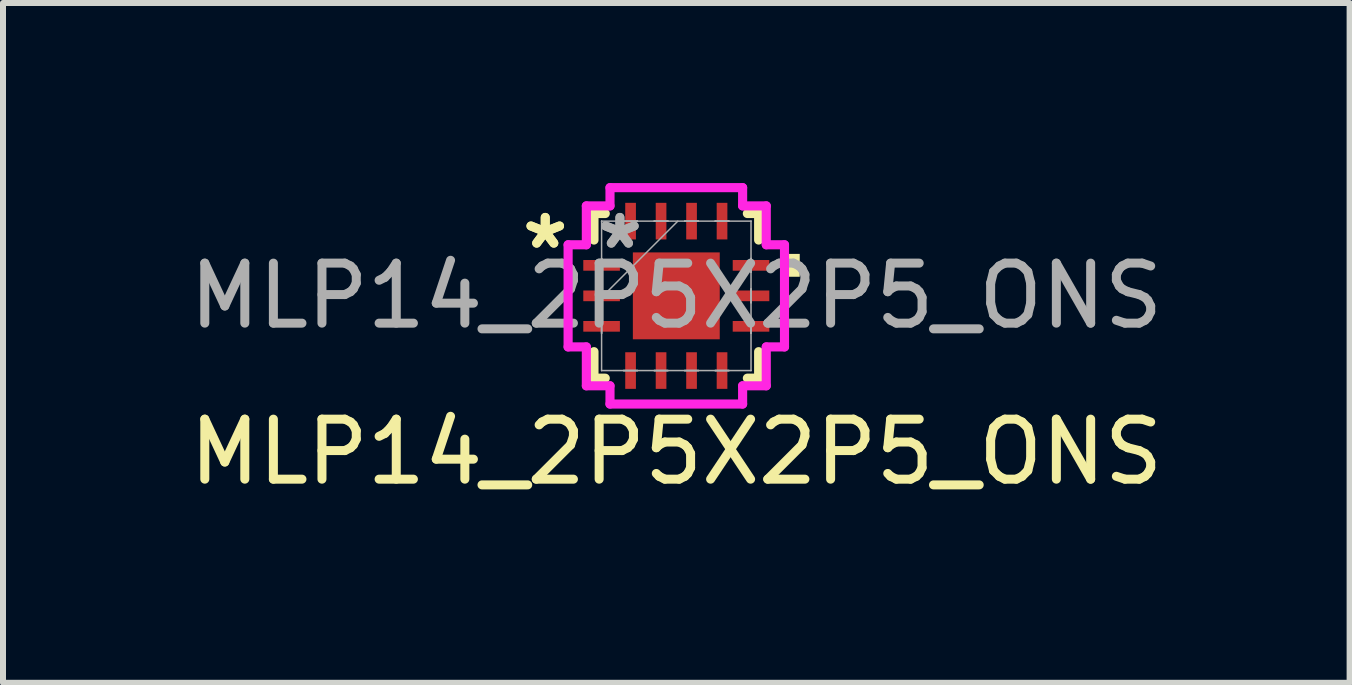
<source format=kicad_pcb>
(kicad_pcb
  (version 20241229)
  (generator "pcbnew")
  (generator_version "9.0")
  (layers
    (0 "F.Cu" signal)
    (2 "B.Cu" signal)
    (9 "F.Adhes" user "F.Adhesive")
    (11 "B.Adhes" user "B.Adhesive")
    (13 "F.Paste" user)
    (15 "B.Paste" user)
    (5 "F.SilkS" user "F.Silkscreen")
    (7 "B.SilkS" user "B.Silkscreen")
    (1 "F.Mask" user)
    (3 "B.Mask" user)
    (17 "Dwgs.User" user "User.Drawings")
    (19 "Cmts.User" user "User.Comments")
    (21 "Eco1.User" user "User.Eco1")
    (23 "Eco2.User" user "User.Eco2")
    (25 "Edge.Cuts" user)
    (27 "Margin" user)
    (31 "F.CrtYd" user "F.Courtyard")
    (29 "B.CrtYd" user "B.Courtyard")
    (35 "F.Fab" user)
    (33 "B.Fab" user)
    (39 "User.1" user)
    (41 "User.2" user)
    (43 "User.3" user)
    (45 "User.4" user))
  (footprint "MLP14_2P5X2P5_ONS"
    (layer "F.Cu")
    (at 8.22 1.88)
    (property "Reference" "MLP14_2P5X2P5_ONS" (at 0 2.6 0) (unlocked yes) (layer "F.SilkS") (effects (font (size 1 1) (thickness 0.15))))
    (attr smd)
    (fp_line (start -1.372 -1.372) (end -1.372 -0.93) (stroke (width 0.152) (type solid)) (layer "F.SilkS"))
    (fp_line (start -1.372 0.93) (end -1.372 1.372) (stroke (width 0.152) (type solid)) (layer "F.SilkS"))
    (fp_line (start -1.372 1.372) (end -1.184 1.372) (stroke (width 0.152) (type solid)) (layer "F.SilkS"))
    (fp_line (start -1.184 -1.372) (end -1.372 -1.372) (stroke (width 0.152) (type solid)) (layer "F.SilkS"))
    (fp_line (start 1.184 1.372) (end 1.372 1.372) (stroke (width 0.152) (type solid)) (layer "F.SilkS"))
    (fp_line (start 1.372 -1.372) (end 1.184 -1.372) (stroke (width 0.152) (type solid)) (layer "F.SilkS"))
    (fp_line (start 1.372 -0.93) (end 1.372 -1.372) (stroke (width 0.152) (type solid)) (layer "F.SilkS"))
    (fp_line (start 1.372 1.372) (end 1.372 0.93) (stroke (width 0.152) (type solid)) (layer "F.SilkS"))
    (fp_poly (pts (xy 2.057 -0.699) (xy 2.057 -0.318) (xy 1.803 -0.318) (xy 1.803 -0.699)) (stroke (width 0) (type solid)) (fill yes) (layer "F.SilkS"))
    (fp_line (start -1.803 -0.851) (end -1.499 -0.851) (stroke (width 0.152) (type solid)) (layer "F.CrtYd"))
    (fp_line (start -1.803 0.851) (end -1.803 -0.851) (stroke (width 0.152) (type solid)) (layer "F.CrtYd"))
    (fp_line (start -1.499 -1.499) (end -1.105 -1.499) (stroke (width 0.152) (type solid)) (layer "F.CrtYd"))
    (fp_line (start -1.499 -0.851) (end -1.499 -1.499) (stroke (width 0.152) (type solid)) (layer "F.CrtYd"))
    (fp_line (start -1.499 0.851) (end -1.803 0.851) (stroke (width 0.152) (type solid)) (layer "F.CrtYd"))
    (fp_line (start -1.499 1.499) (end -1.499 0.851) (stroke (width 0.152) (type solid)) (layer "F.CrtYd"))
    (fp_line (start -1.105 -1.803) (end 1.105 -1.803) (stroke (width 0.152) (type solid)) (layer "F.CrtYd"))
    (fp_line (start -1.105 -1.499) (end -1.105 -1.803) (stroke (width 0.152) (type solid)) (layer "F.CrtYd"))
    (fp_line (start -1.105 1.499) (end -1.499 1.499) (stroke (width 0.152) (type solid)) (layer "F.CrtYd"))
    (fp_line (start -1.105 1.803) (end -1.105 1.499) (stroke (width 0.152) (type solid)) (layer "F.CrtYd"))
    (fp_line (start 1.105 -1.803) (end 1.105 -1.499) (stroke (width 0.152) (type solid)) (layer "F.CrtYd"))
    (fp_line (start 1.105 -1.499) (end 1.499 -1.499) (stroke (width 0.152) (type solid)) (layer "F.CrtYd"))
    (fp_line (start 1.105 1.499) (end 1.105 1.803) (stroke (width 0.152) (type solid)) (layer "F.CrtYd"))
    (fp_line (start 1.105 1.803) (end -1.105 1.803) (stroke (width 0.152) (type solid)) (layer "F.CrtYd"))
    (fp_line (start 1.499 -1.499) (end 1.499 -0.851) (stroke (width 0.152) (type solid)) (layer "F.CrtYd"))
    (fp_line (start 1.499 -0.851) (end 1.803 -0.851) (stroke (width 0.152) (type solid)) (layer "F.CrtYd"))
    (fp_line (start 1.499 0.851) (end 1.499 1.499) (stroke (width 0.152) (type solid)) (layer "F.CrtYd"))
    (fp_line (start 1.499 1.499) (end 1.105 1.499) (stroke (width 0.152) (type solid)) (layer "F.CrtYd"))
    (fp_line (start 1.803 -0.851) (end 1.803 0.851) (stroke (width 0.152) (type solid)) (layer "F.CrtYd"))
    (fp_line (start 1.803 0.851) (end 1.499 0.851) (stroke (width 0.152) (type solid)) (layer "F.CrtYd"))
    (fp_line (start -1.245 -1.245) (end -1.245 -1.245) (stroke (width 0.025) (type solid)) (layer "F.Fab"))
    (fp_line (start -1.245 -1.245) (end -1.245 1.245) (stroke (width 0.025) (type solid)) (layer "F.Fab"))
    (fp_line (start -1.245 -0.622) (end -1.245 -0.622) (stroke (width 0.025) (type solid)) (layer "F.Fab"))
    (fp_line (start -1.245 -0.622) (end -1.245 -0.394) (stroke (width 0.025) (type solid)) (layer "F.Fab"))
    (fp_line (start -1.245 -0.394) (end -1.245 -0.622) (stroke (width 0.025) (type solid)) (layer "F.Fab"))
    (fp_line (start -1.245 -0.394) (end -1.245 -0.394) (stroke (width 0.025) (type solid)) (layer "F.Fab"))
    (fp_line (start -1.245 -0.114) (end -1.245 -0.114) (stroke (width 0.025) (type solid)) (layer "F.Fab"))
    (fp_line (start -1.245 -0.114) (end -1.245 0.114) (stroke (width 0.025) (type solid)) (layer "F.Fab"))
    (fp_line (start -1.245 0.025) (end 0.025 -1.245) (stroke (width 0.025) (type solid)) (layer "F.Fab"))
    (fp_line (start -1.245 0.114) (end -1.245 -0.114) (stroke (width 0.025) (type solid)) (layer "F.Fab"))
    (fp_line (start -1.245 0.114) (end -1.245 0.114) (stroke (width 0.025) (type solid)) (layer "F.Fab"))
    (fp_line (start -1.245 0.394) (end -1.245 0.394) (stroke (width 0.025) (type solid)) (layer "F.Fab"))
    (fp_line (start -1.245 0.394) (end -1.245 0.622) (stroke (width 0.025) (type solid)) (layer "F.Fab"))
    (fp_line (start -1.245 0.622) (end -1.245 0.394) (stroke (width 0.025) (type solid)) (layer "F.Fab"))
    (fp_line (start -1.245 0.622) (end -1.245 0.622) (stroke (width 0.025) (type solid)) (layer "F.Fab"))
    (fp_line (start -1.245 1.245) (end -1.245 1.245) (stroke (width 0.025) (type solid)) (layer "F.Fab"))
    (fp_line (start -1.245 1.245) (end 1.245 1.245) (stroke (width 0.025) (type solid)) (layer "F.Fab"))
    (fp_line (start -0.876 -1.245) (end -0.876 -1.245) (stroke (width 0.025) (type solid)) (layer "F.Fab"))
    (fp_line (start -0.876 -1.245) (end -0.648 -1.245) (stroke (width 0.025) (type solid)) (layer "F.Fab"))
    (fp_line (start -0.876 1.245) (end -0.876 1.245) (stroke (width 0.025) (type solid)) (layer "F.Fab"))
    (fp_line (start -0.876 1.245) (end -0.648 1.245) (stroke (width 0.025) (type solid)) (layer "F.Fab"))
    (fp_line (start -0.648 -1.245) (end -0.876 -1.245) (stroke (width 0.025) (type solid)) (layer "F.Fab"))
    (fp_line (start -0.648 -1.245) (end -0.648 -1.245) (stroke (width 0.025) (type solid)) (layer "F.Fab"))
    (fp_line (start -0.648 1.245) (end -0.876 1.245) (stroke (width 0.025) (type solid)) (layer "F.Fab"))
    (fp_line (start -0.648 1.245) (end -0.648 1.245) (stroke (width 0.025) (type solid)) (layer "F.Fab"))
    (fp_line (start -0.368 -1.245) (end -0.368 -1.245) (stroke (width 0.025) (type solid)) (layer "F.Fab"))
    (fp_line (start -0.368 -1.245) (end -0.14 -1.245) (stroke (width 0.025) (type solid)) (layer "F.Fab"))
    (fp_line (start -0.368 1.245) (end -0.368 1.245) (stroke (width 0.025) (type solid)) (layer "F.Fab"))
    (fp_line (start -0.368 1.245) (end -0.14 1.245) (stroke (width 0.025) (type solid)) (layer "F.Fab"))
    (fp_line (start -0.14 -1.245) (end -0.368 -1.245) (stroke (width 0.025) (type solid)) (layer "F.Fab"))
    (fp_line (start -0.14 -1.245) (end -0.14 -1.245) (stroke (width 0.025) (type solid)) (layer "F.Fab"))
    (fp_line (start -0.14 1.245) (end -0.368 1.245) (stroke (width 0.025) (type solid)) (layer "F.Fab"))
    (fp_line (start -0.14 1.245) (end -0.14 1.245) (stroke (width 0.025) (type solid)) (layer "F.Fab"))
    (fp_line (start 0.14 -1.245) (end 0.14 -1.245) (stroke (width 0.025) (type solid)) (layer "F.Fab"))
    (fp_line (start 0.14 -1.245) (end 0.368 -1.245) (stroke (width 0.025) (type solid)) (layer "F.Fab"))
    (fp_line (start 0.14 1.245) (end 0.14 1.245) (stroke (width 0.025) (type solid)) (layer "F.Fab"))
    (fp_line (start 0.14 1.245) (end 0.368 1.245) (stroke (width 0.025) (type solid)) (layer "F.Fab"))
    (fp_line (start 0.368 -1.245) (end 0.14 -1.245) (stroke (width 0.025) (type solid)) (layer "F.Fab"))
    (fp_line (start 0.368 -1.245) (end 0.368 -1.245) (stroke (width 0.025) (type solid)) (layer "F.Fab"))
    (fp_line (start 0.368 1.245) (end 0.14 1.245) (stroke (width 0.025) (type solid)) (layer "F.Fab"))
    (fp_line (start 0.368 1.245) (end 0.368 1.245) (stroke (width 0.025) (type solid)) (layer "F.Fab"))
    (fp_line (start 0.648 -1.245) (end 0.648 -1.245) (stroke (width 0.025) (type solid)) (layer "F.Fab"))
    (fp_line (start 0.648 -1.245) (end 0.876 -1.245) (stroke (width 0.025) (type solid)) (layer "F.Fab"))
    (fp_line (start 0.648 1.245) (end 0.648 1.245) (stroke (width 0.025) (type solid)) (layer "F.Fab"))
    (fp_line (start 0.648 1.245) (end 0.876 1.245) (stroke (width 0.025) (type solid)) (layer "F.Fab"))
    (fp_line (start 0.876 -1.245) (end 0.648 -1.245) (stroke (width 0.025) (type solid)) (layer "F.Fab"))
    (fp_line (start 0.876 -1.245) (end 0.876 -1.245) (stroke (width 0.025) (type solid)) (layer "F.Fab"))
    (fp_line (start 0.876 1.245) (end 0.648 1.245) (stroke (width 0.025) (type solid)) (layer "F.Fab"))
    (fp_line (start 0.876 1.245) (end 0.876 1.245) (stroke (width 0.025) (type solid)) (layer "F.Fab"))
    (fp_line (start 1.245 -1.245) (end -1.245 -1.245) (stroke (width 0.025) (type solid)) (layer "F.Fab"))
    (fp_line (start 1.245 -1.245) (end 1.245 -1.245) (stroke (width 0.025) (type solid)) (layer "F.Fab"))
    (fp_line (start 1.245 -0.622) (end 1.245 -0.622) (stroke (width 0.025) (type solid)) (layer "F.Fab"))
    (fp_line (start 1.245 -0.622) (end 1.245 -0.394) (stroke (width 0.025) (type solid)) (layer "F.Fab"))
    (fp_line (start 1.245 -0.394) (end 1.245 -0.622) (stroke (width 0.025) (type solid)) (layer "F.Fab"))
    (fp_line (start 1.245 -0.394) (end 1.245 -0.394) (stroke (width 0.025) (type solid)) (layer "F.Fab"))
    (fp_line (start 1.245 -0.114) (end 1.245 -0.114) (stroke (width 0.025) (type solid)) (layer "F.Fab"))
    (fp_line (start 1.245 -0.114) (end 1.245 0.114) (stroke (width 0.025) (type solid)) (layer "F.Fab"))
    (fp_line (start 1.245 0.114) (end 1.245 -0.114) (stroke (width 0.025) (type solid)) (layer "F.Fab"))
    (fp_line (start 1.245 0.114) (end 1.245 0.114) (stroke (width 0.025) (type solid)) (layer "F.Fab"))
    (fp_line (start 1.245 0.394) (end 1.245 0.394) (stroke (width 0.025) (type solid)) (layer "F.Fab"))
    (fp_line (start 1.245 0.394) (end 1.245 0.622) (stroke (width 0.025) (type solid)) (layer "F.Fab"))
    (fp_line (start 1.245 0.622) (end 1.245 0.394) (stroke (width 0.025) (type solid)) (layer "F.Fab"))
    (fp_line (start 1.245 0.622) (end 1.245 0.622) (stroke (width 0.025) (type solid)) (layer "F.Fab"))
    (fp_line (start 1.245 1.245) (end 1.245 -1.245) (stroke (width 0.025) (type solid)) (layer "F.Fab"))
    (fp_line (start 1.245 1.245) (end 1.245 1.245) (stroke (width 0.025) (type solid)) (layer "F.Fab"))
    (fp_text user "*" (at -2.184 -0.762 0) (layer "F.SilkS") (effects (font (size 1 1) (thickness 0.15))))
    (fp_text user "*" (at -2.184 -0.762 0) (unlocked yes) (layer "F.SilkS") (effects (font (size 1 1) (thickness 0.15))))
    (fp_text user "${REFERENCE}" (at 0 0 0) (unlocked yes) (layer "F.Fab") (effects (font (size 1 1) (thickness 0.15))))
    (fp_text user "*" (at -0.94 -0.762 0) (unlocked yes) (layer "F.Fab") (effects (font (size 1 1) (thickness 0.15))))
    (fp_text user "*" (at -0.94 -0.762 0) (layer "F.Fab") (effects (font (size 1 1) (thickness 0.15))))
    (pad "1" smd rect (at -1.245 -0.508 90) (size 0.178 0.61) (layers "F.Cu" "F.Mask" "F.Paste"))
    (pad "2" smd rect (at -1.245 0 90) (size 0.178 0.61) (layers "F.Cu" "F.Mask" "F.Paste"))
    (pad "3" smd rect (at -1.245 0.508 90) (size 0.178 0.61) (layers "F.Cu" "F.Mask" "F.Paste"))
    (pad "4" smd rect (at -0.762 1.245) (size 0.178 0.61) (layers "F.Cu" "F.Mask" "F.Paste"))
    (pad "5" smd rect (at -0.254 1.245) (size 0.178 0.61) (layers "F.Cu" "F.Mask" "F.Paste"))
    (pad "6" smd rect (at 0.254 1.245) (size 0.178 0.61) (layers "F.Cu" "F.Mask" "F.Paste"))
    (pad "7" smd rect (at 0.762 1.245) (size 0.178 0.61) (layers "F.Cu" "F.Mask" "F.Paste"))
    (pad "8" smd rect (at 1.245 0.508 90) (size 0.178 0.61) (layers "F.Cu" "F.Mask" "F.Paste"))
    (pad "9" smd rect (at 1.245 0 90) (size 0.178 0.61) (layers "F.Cu" "F.Mask" "F.Paste"))
    (pad "10" smd rect (at 1.245 -0.508 90) (size 0.178 0.61) (layers "F.Cu" "F.Mask" "F.Paste"))
    (pad "11" smd rect (at 0.762 -1.245) (size 0.178 0.61) (layers "F.Cu" "F.Mask" "F.Paste"))
    (pad "12" smd rect (at 0.254 -1.245) (size 0.178 0.61) (layers "F.Cu" "F.Mask" "F.Paste"))
    (pad "13" smd rect (at -0.254 -1.245) (size 0.178 0.61) (layers "F.Cu" "F.Mask" "F.Paste"))
    (pad "14" smd rect (at -0.762 -1.245) (size 0.178 0.61) (layers "F.Cu" "F.Mask" "F.Paste"))
    (pad "15" smd rect (at 0 0) (size 1.448 1.448) (layers "F.Cu" "F.Mask" "F.Paste")))
  (gr_rect
    (start -3 -3)
    (end 19.44 8.328)
    (stroke (width 0.1) (type default))
    (fill no)
    (layer "Edge.Cuts")))
</source>
